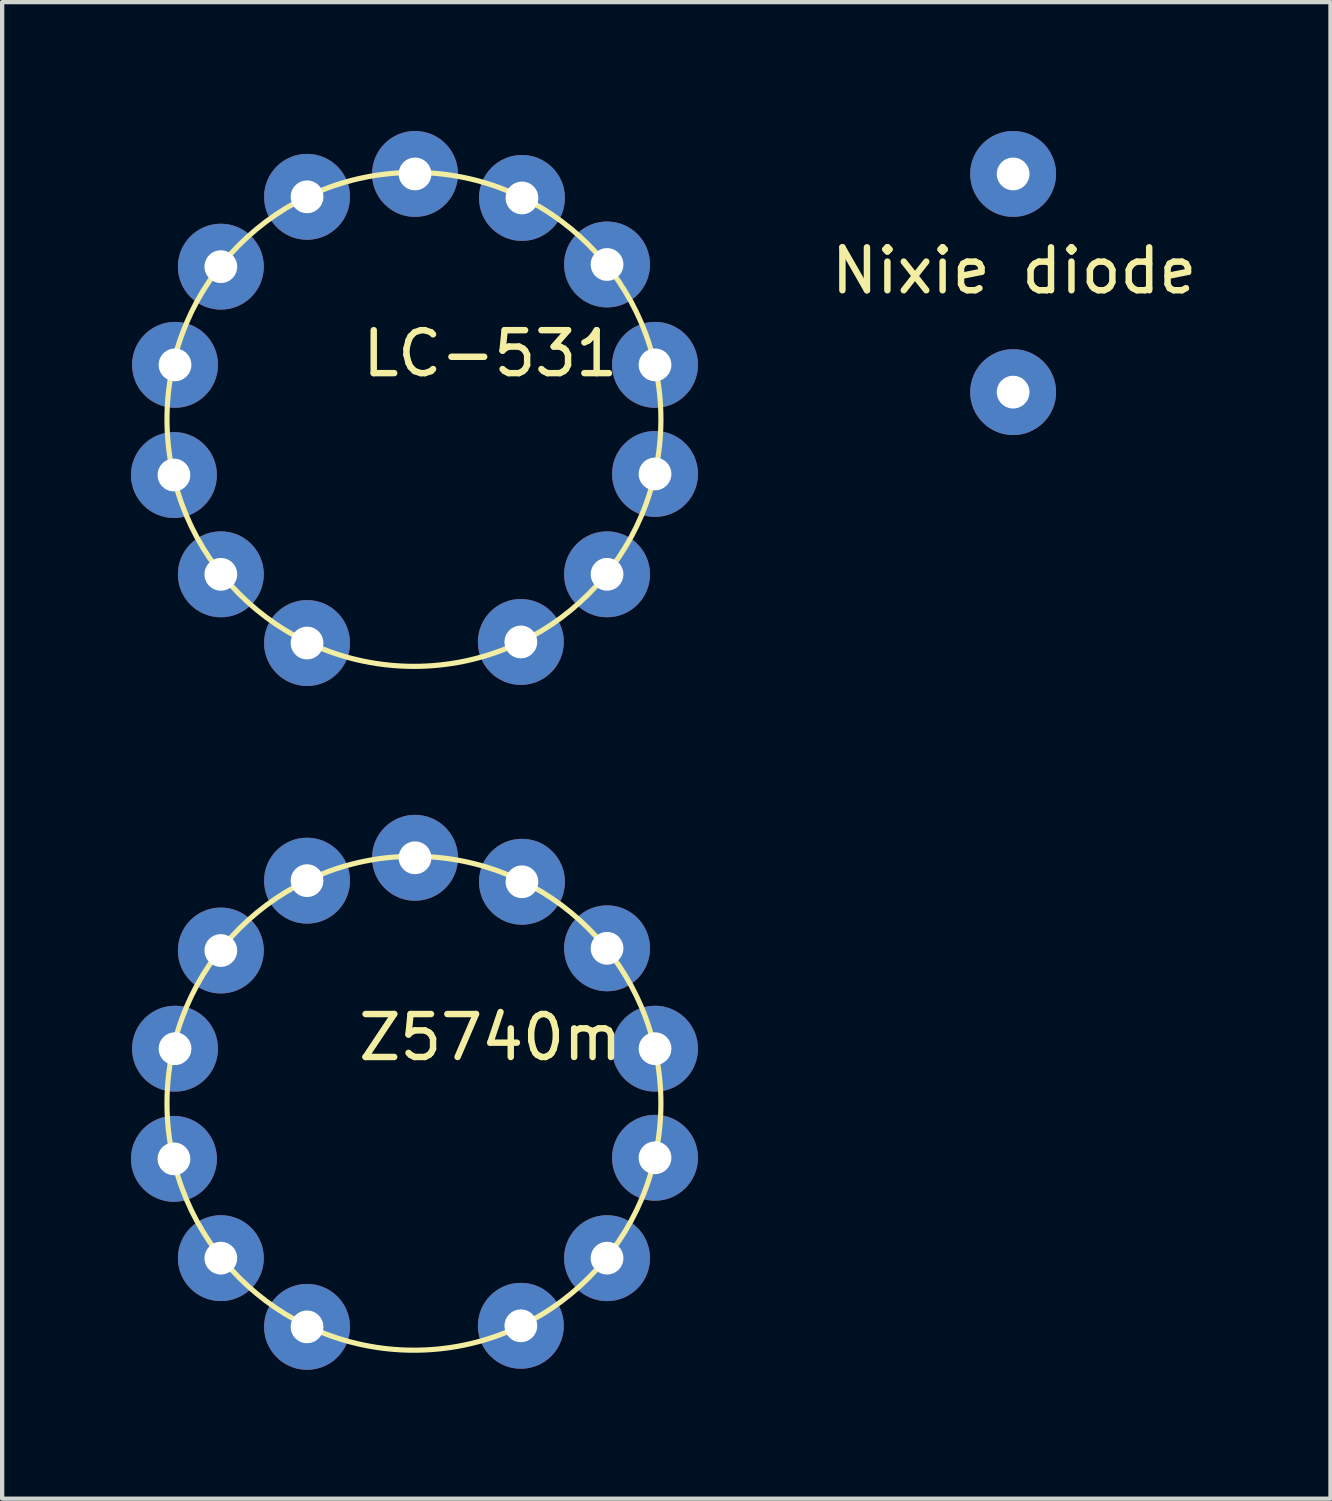
<source format=kicad_pcb>
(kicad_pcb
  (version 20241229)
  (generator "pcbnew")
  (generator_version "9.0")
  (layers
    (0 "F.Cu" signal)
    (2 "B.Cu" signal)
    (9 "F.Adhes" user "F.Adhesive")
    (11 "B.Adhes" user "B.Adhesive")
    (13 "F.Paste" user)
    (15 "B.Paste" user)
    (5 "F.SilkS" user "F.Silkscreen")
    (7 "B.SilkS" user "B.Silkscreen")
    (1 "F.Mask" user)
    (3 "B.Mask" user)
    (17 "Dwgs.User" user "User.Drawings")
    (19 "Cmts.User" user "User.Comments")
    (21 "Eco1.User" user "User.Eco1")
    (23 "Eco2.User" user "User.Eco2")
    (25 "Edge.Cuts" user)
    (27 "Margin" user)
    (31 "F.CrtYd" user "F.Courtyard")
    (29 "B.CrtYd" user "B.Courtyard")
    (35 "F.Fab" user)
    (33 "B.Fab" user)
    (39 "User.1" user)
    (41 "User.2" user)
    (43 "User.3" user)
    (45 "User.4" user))
  (footprint "LC-531"
    (layer "F.Cu")
    (at 6.588 6.715)
    (property "Reference" "LC-531" (at 1.778 -1.532 0) (layer "F.SilkS") (effects (font (size 1 1) (thickness 0.15))))
    (attr through_hole)
    (fp_circle (center 0 0) (end 5.75 0) (stroke (width 0.12) (type solid)) (fill no) (layer "F.SilkS"))
    (pad "0" thru_hole circle (at 4.496 3.607) (size 2 2) (drill 0.762) (layers "*.Cu" "*.Mask"))
    (pad "1" thru_hole circle (at -5.588 1.295) (size 2 2) (drill 0.762) (layers "*.Cu" "*.Mask"))
    (pad "2" thru_hole circle (at -5.563 -1.27) (size 2 2) (drill 0.762) (layers "*.Cu" "*.Mask"))
    (pad "3" thru_hole circle (at -4.496 -3.556) (size 2 2) (drill 0.762) (layers "*.Cu" "*.Mask"))
    (pad "4" thru_hole circle (at -2.489 -5.182) (size 2 2) (drill 0.762) (layers "*.Cu" "*.Mask"))
    (pad "5" thru_hole circle (at 0.025 -5.715) (size 2 2) (drill 0.762) (layers "*.Cu" "*.Mask"))
    (pad "6" thru_hole circle (at 2.515 -5.156) (size 2 2) (drill 0.762) (layers "*.Cu" "*.Mask"))
    (pad "7" thru_hole circle (at 4.496 -3.607) (size 2 2) (drill 0.762) (layers "*.Cu" "*.Mask"))
    (pad "8" thru_hole circle (at 5.613 -1.27) (size 2 2) (drill 0.762) (layers "*.Cu" "*.Mask"))
    (pad "9" thru_hole circle (at 5.613 1.27) (size 2 2) (drill 0.762) (layers "*.Cu" "*.Mask"))
    (pad "A" thru_hole circle (at -2.489 5.207) (size 2 2) (drill 0.762) (layers "*.Cu" "*.Mask"))
    (pad "PL" thru_hole circle (at -4.496 3.607) (size 2 2) (drill 0.762) (layers "*.Cu" "*.Mask"))
    (pad "PR" thru_hole circle (at 2.489 5.182) (size 2 2) (drill 0.762) (layers "*.Cu" "*.Mask")))
  (footprint "Nixie diode"
    (layer "F.Cu")
    (at 20.564 2.753)
    (property "Reference" "Nixie diode" (at 0 0.5 0) (layer "F.SilkS") (effects (font (size 1 1) (thickness 0.15))))
    (attr through_hole)
    (pad "1" thru_hole circle (at -0.025 -1.753) (size 2 2) (drill 0.762) (layers "*.Cu" "*.Mask"))
    (pad "2" thru_hole circle (at -0.025 3.327) (size 2 2) (drill 0.762) (layers "*.Cu" "*.Mask")))
  (footprint "Z5740m"
    (layer "F.Cu")
    (at 6.588 22.637)
    (property "Reference" "Z5740m" (at 1.778 -1.532 0) (layer "F.SilkS") (effects (font (size 1 1) (thickness 0.15))))
    (attr through_hole)
    (fp_circle (center 0 0) (end 5.75 0) (stroke (width 0.12) (type solid)) (fill no) (layer "F.SilkS"))
    (pad "0" thru_hole circle (at 4.496 3.607) (size 2 2) (drill 0.762) (layers "*.Cu" "*.Mask"))
    (pad "1" thru_hole circle (at -2.489 5.207) (size 2 2) (drill 0.762) (layers "*.Cu" "*.Mask"))
    (pad "2" thru_hole circle (at -4.496 3.607) (size 2 2) (drill 0.762) (layers "*.Cu" "*.Mask"))
    (pad "3" thru_hole circle (at -5.588 1.295) (size 2 2) (drill 0.762) (layers "*.Cu" "*.Mask"))
    (pad "4" thru_hole circle (at -4.496 -3.556) (size 2 2) (drill 0.762) (layers "*.Cu" "*.Mask"))
    (pad "5" thru_hole circle (at -2.489 -5.182) (size 2 2) (drill 0.762) (layers "*.Cu" "*.Mask"))
    (pad "6" thru_hole circle (at 0.025 -5.715) (size 2 2) (drill 0.762) (layers "*.Cu" "*.Mask"))
    (pad "7" thru_hole circle (at 2.515 -5.156) (size 2 2) (drill 0.762) (layers "*.Cu" "*.Mask"))
    (pad "8" thru_hole circle (at 4.496 -3.607) (size 2 2) (drill 0.762) (layers "*.Cu" "*.Mask"))
    (pad "9" thru_hole circle (at 5.613 1.27) (size 2 2) (drill 0.762) (layers "*.Cu" "*.Mask"))
    (pad "A" thru_hole circle (at 2.489 5.182) (size 2 2) (drill 0.762) (layers "*.Cu" "*.Mask"))
    (pad "dp" thru_hole circle (at -5.563 -1.27) (size 2 2) (drill 0.762) (layers "*.Cu" "*.Mask"))
    (pad "ic" thru_hole circle (at 5.613 -1.27) (size 2 2) (drill 0.762) (layers "*.Cu" "*.Mask")))
  (gr_rect
    (start -3 -3)
    (end 27.928 31.844)
    (stroke (width 0.1) (type default))
    (fill no)
    (layer "Edge.Cuts")))
</source>
